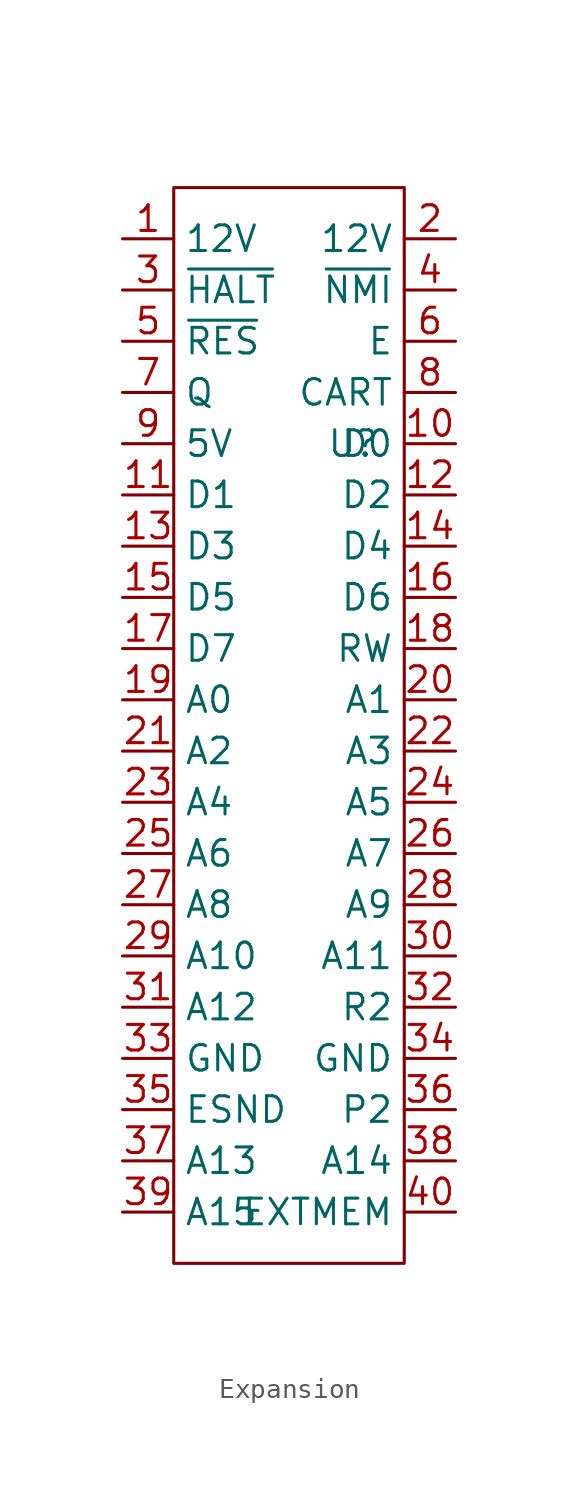
<source format=kicad_sym>
(kicad_symbol_lib
  (version 20220914)
  (generator kicad_symbol_editor)
  (symbol "Expansion"
    (property "Reference" "U"
      (at 0 0 0)
      (effects (font (size 1.27 1.27))))
    (property "Value" ""
      (at 0 0 0)
      (effects (font (size 1.27 1.27))))
    (symbol "Expansion_0_1"
      (rectangle (start -8.89 12.7) (end 2.54 -40.64) (stroke (width 0) (type default)) (fill (type none))))
    (symbol "Expansion_1_1"
      (pin power_out line (at -11.43 10.16 0) (length 2.54) (name "12V" (effects (font (size 1.27 1.27)))) (number "1" (effects (font (size 1.27 1.27)))))
      (pin output line (at 5.08 0 180) (length 2.54) (name "D0" (effects (font (size 1.27 1.27)))) (number "10" (effects (font (size 1.27 1.27)))))
      (pin output line (at -11.43 -2.54 0) (length 2.54) (name "D1" (effects (font (size 1.27 1.27)))) (number "11" (effects (font (size 1.27 1.27)))))
      (pin output line (at 5.08 -2.54 180) (length 2.54) (name "D2" (effects (font (size 1.27 1.27)))) (number "12" (effects (font (size 1.27 1.27)))))
      (pin output line (at -11.43 -5.08 0) (length 2.54) (name "D3" (effects (font (size 1.27 1.27)))) (number "13" (effects (font (size 1.27 1.27)))))
      (pin output line (at 5.08 -5.08 180) (length 2.54) (name "D4" (effects (font (size 1.27 1.27)))) (number "14" (effects (font (size 1.27 1.27)))))
      (pin output line (at -11.43 -7.62 0) (length 2.54) (name "D5" (effects (font (size 1.27 1.27)))) (number "15" (effects (font (size 1.27 1.27)))))
      (pin output line (at 5.08 -7.62 180) (length 2.54) (name "D6" (effects (font (size 1.27 1.27)))) (number "16" (effects (font (size 1.27 1.27)))))
      (pin output line (at -11.43 -10.16 0) (length 2.54) (name "D7" (effects (font (size 1.27 1.27)))) (number "17" (effects (font (size 1.27 1.27)))))
      (pin output line (at 5.08 -10.16 180) (length 2.54) (name "RW" (effects (font (size 1.27 1.27)))) (number "18" (effects (font (size 1.27 1.27)))))
      (pin output line (at -11.43 -12.7 0) (length 2.54) (name "A0" (effects (font (size 1.27 1.27)))) (number "19" (effects (font (size 1.27 1.27)))))
      (pin power_out line (at 5.08 10.16 180) (length 2.54) (name "12V" (effects (font (size 1.27 1.27)))) (number "2" (effects (font (size 1.27 1.27)))))
      (pin output line (at 5.08 -12.7 180) (length 2.54) (name "A1" (effects (font (size 1.27 1.27)))) (number "20" (effects (font (size 1.27 1.27)))))
      (pin output line (at -11.43 -15.24 0) (length 2.54) (name "A2" (effects (font (size 1.27 1.27)))) (number "21" (effects (font (size 1.27 1.27)))))
      (pin output line (at 5.08 -15.24 180) (length 2.54) (name "A3" (effects (font (size 1.27 1.27)))) (number "22" (effects (font (size 1.27 1.27)))))
      (pin output line (at -11.43 -17.78 0) (length 2.54) (name "A4" (effects (font (size 1.27 1.27)))) (number "23" (effects (font (size 1.27 1.27)))))
      (pin output line (at 5.08 -17.78 180) (length 2.54) (name "A5" (effects (font (size 1.27 1.27)))) (number "24" (effects (font (size 1.27 1.27)))))
      (pin output line (at -11.43 -20.32 0) (length 2.54) (name "A6" (effects (font (size 1.27 1.27)))) (number "25" (effects (font (size 1.27 1.27)))))
      (pin output line (at 5.08 -20.32 180) (length 2.54) (name "A7" (effects (font (size 1.27 1.27)))) (number "26" (effects (font (size 1.27 1.27)))))
      (pin output line (at -11.43 -22.86 0) (length 2.54) (name "A8" (effects (font (size 1.27 1.27)))) (number "27" (effects (font (size 1.27 1.27)))))
      (pin output line (at 5.08 -22.86 180) (length 2.54) (name "A9" (effects (font (size 1.27 1.27)))) (number "28" (effects (font (size 1.27 1.27)))))
      (pin output line (at -11.43 -25.4 0) (length 2.54) (name "A10" (effects (font (size 1.27 1.27)))) (number "29" (effects (font (size 1.27 1.27)))))
      (pin input line (at -11.43 7.62 0) (length 2.54) (name "~{HALT}" (effects (font (size 1.27 1.27)))) (number "3" (effects (font (size 1.27 1.27)))))
      (pin output line (at 5.08 -25.4 180) (length 2.54) (name "A11" (effects (font (size 1.27 1.27)))) (number "30" (effects (font (size 1.27 1.27)))))
      (pin output line (at -11.43 -27.94 0) (length 2.54) (name "A12" (effects (font (size 1.27 1.27)))) (number "31" (effects (font (size 1.27 1.27)))))
      (pin output line (at 5.08 -27.94 180) (length 2.54) (name "R2" (effects (font (size 1.27 1.27)))) (number "32" (effects (font (size 1.27 1.27)))))
      (pin power_out line (at -11.43 -30.48 0) (length 2.54) (name "GND" (effects (font (size 1.27 1.27)))) (number "33" (effects (font (size 1.27 1.27)))))
      (pin power_out line (at 5.08 -30.48 180) (length 2.54) (name "GND" (effects (font (size 1.27 1.27)))) (number "34" (effects (font (size 1.27 1.27)))))
      (pin output line (at -11.43 -33.02 0) (length 2.54) (name "ESND" (effects (font (size 1.27 1.27)))) (number "35" (effects (font (size 1.27 1.27)))))
      (pin output line (at 5.08 -33.02 180) (length 2.54) (name "P2" (effects (font (size 1.27 1.27)))) (number "36" (effects (font (size 1.27 1.27)))))
      (pin output line (at -11.43 -35.56 0) (length 2.54) (name "A13" (effects (font (size 1.27 1.27)))) (number "37" (effects (font (size 1.27 1.27)))))
      (pin output line (at 5.08 -35.56 180) (length 2.54) (name "A14" (effects (font (size 1.27 1.27)))) (number "38" (effects (font (size 1.27 1.27)))))
      (pin output line (at -11.43 -38.1 0) (length 2.54) (name "A15" (effects (font (size 1.27 1.27)))) (number "39" (effects (font (size 1.27 1.27)))))
      (pin output line (at 5.08 7.62 180) (length 2.54) (name "~{NMI}" (effects (font (size 1.27 1.27)))) (number "4" (effects (font (size 1.27 1.27)))))
      (pin output line (at 5.08 -38.1 180) (length 2.54) (name "EXTMEM" (effects (font (size 1.27 1.27)))) (number "40" (effects (font (size 1.27 1.27)))))
      (pin output line (at -11.43 5.08 0) (length 2.54) (name "~{RES}" (effects (font (size 1.27 1.27)))) (number "5" (effects (font (size 1.27 1.27)))))
      (pin output line (at 5.08 5.08 180) (length 2.54) (name "E" (effects (font (size 1.27 1.27)))) (number "6" (effects (font (size 1.27 1.27)))))
      (pin output line (at -11.43 2.54 0) (length 2.54) (name "Q" (effects (font (size 1.27 1.27)))) (number "7" (effects (font (size 1.27 1.27)))))
      (pin output line (at 5.08 2.54 180) (length 2.54) (name "CART" (effects (font (size 1.27 1.27)))) (number "8" (effects (font (size 1.27 1.27)))))
      (pin power_out line (at -11.43 0 0) (length 2.54) (name "5V" (effects (font (size 1.27 1.27)))) (number "9" (effects (font (size 1.27 1.27))))))))
</source>
